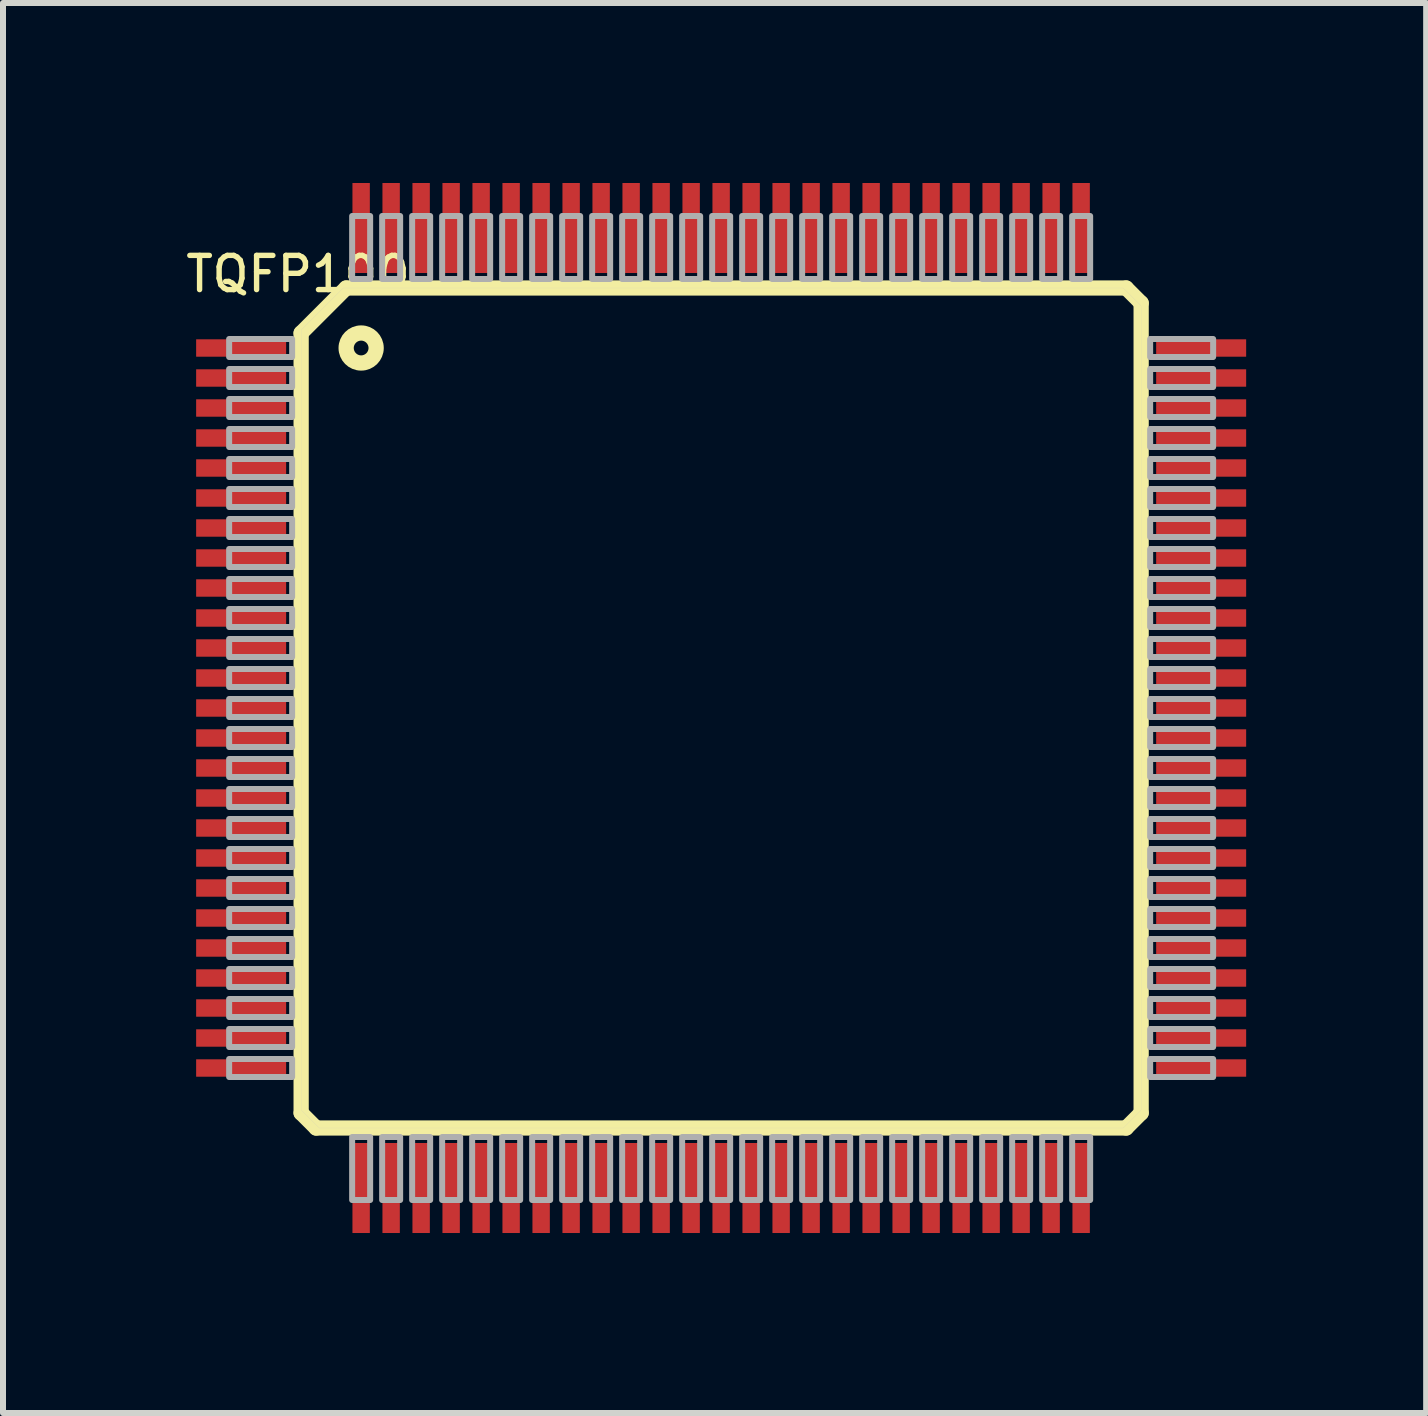
<source format=kicad_pcb>
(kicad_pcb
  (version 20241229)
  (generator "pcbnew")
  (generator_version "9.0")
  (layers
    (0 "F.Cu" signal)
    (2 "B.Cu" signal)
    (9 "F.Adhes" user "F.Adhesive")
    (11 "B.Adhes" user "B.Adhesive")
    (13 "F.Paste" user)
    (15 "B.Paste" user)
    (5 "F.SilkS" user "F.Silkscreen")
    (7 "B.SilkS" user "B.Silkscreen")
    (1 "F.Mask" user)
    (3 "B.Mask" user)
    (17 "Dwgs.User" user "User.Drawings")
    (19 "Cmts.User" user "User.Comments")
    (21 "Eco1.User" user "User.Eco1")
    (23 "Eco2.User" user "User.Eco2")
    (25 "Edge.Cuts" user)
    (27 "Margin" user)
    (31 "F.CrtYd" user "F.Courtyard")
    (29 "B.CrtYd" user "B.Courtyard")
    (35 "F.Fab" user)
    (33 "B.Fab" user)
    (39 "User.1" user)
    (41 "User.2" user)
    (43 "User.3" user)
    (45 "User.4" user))
  (footprint "TQFP100"
    (layer "F.Cu")
    (at 8.969 8.75)
    (property "Reference" "TQFP100" (at -8.969 -6.899 0) (layer "F.SilkS") (effects (font (size 0.57 0.57) (thickness 0.09)) (justify left bottom)))
    (attr through_hole)
    (fp_line (start -7 -6.25) (end -6.25 -7) (stroke (width 0.254) (type solid)) (layer "F.SilkS"))
    (fp_line (start -7 6.75) (end -7 -6.25) (stroke (width 0.254) (type solid)) (layer "F.SilkS"))
    (fp_line (start -6.75 7) (end -7 6.75) (stroke (width 0.254) (type solid)) (layer "F.SilkS"))
    (fp_line (start -6.25 -7) (end 6.75 -7) (stroke (width 0.254) (type solid)) (layer "F.SilkS"))
    (fp_line (start 6.75 -7) (end 7 -6.75) (stroke (width 0.254) (type solid)) (layer "F.SilkS"))
    (fp_line (start 6.75 7) (end -6.75 7) (stroke (width 0.254) (type solid)) (layer "F.SilkS"))
    (fp_line (start 7 -6.75) (end 7 6.75) (stroke (width 0.254) (type solid)) (layer "F.SilkS"))
    (fp_line (start 7 6.75) (end 6.75 7) (stroke (width 0.254) (type solid)) (layer "F.SilkS"))
    (fp_circle (center -6 -6) (end -5.75 -6) (stroke (width 0.254) (type solid)) (fill no) (layer "F.SilkS"))
    (fp_line (start -7 -6.3) (end -6.3 -7) (stroke (width 0.002) (type solid)) (layer "Dwgs.User"))
    (fp_line (start -7 6.7) (end -7 -6.3) (stroke (width 0.002) (type solid)) (layer "Dwgs.User"))
    (fp_line (start -6.7 7) (end -7 6.7) (stroke (width 0.002) (type solid)) (layer "Dwgs.User"))
    (fp_line (start -6.3 -7) (end 6.7 -7) (stroke (width 0.002) (type solid)) (layer "Dwgs.User"))
    (fp_line (start 6.7 -7) (end 7 -6.7) (stroke (width 0.002) (type solid)) (layer "Dwgs.User"))
    (fp_line (start 6.7 7) (end -6.7 7) (stroke (width 0.002) (type solid)) (layer "Dwgs.User"))
    (fp_line (start 7 -6.7) (end 7 6.7) (stroke (width 0.002) (type solid)) (layer "Dwgs.User"))
    (fp_line (start 7 6.7) (end 6.7 7) (stroke (width 0.002) (type solid)) (layer "Dwgs.User"))
    (fp_poly (pts (xy -8.2 -5.85) (xy -7.15 -5.85) (xy -7.15 -6.15) (xy -8.2 -6.15)) (stroke (width 0.1) (type solid)) (fill no) (layer "F.Fab"))
    (fp_poly (pts (xy -8.2 -5.35) (xy -7.15 -5.35) (xy -7.15 -5.65) (xy -8.2 -5.65)) (stroke (width 0.1) (type solid)) (fill no) (layer "F.Fab"))
    (fp_poly (pts (xy -8.2 -4.85) (xy -7.15 -4.85) (xy -7.15 -5.15) (xy -8.2 -5.15)) (stroke (width 0.1) (type solid)) (fill no) (layer "F.Fab"))
    (fp_poly (pts (xy -8.2 -4.35) (xy -7.15 -4.35) (xy -7.15 -4.65) (xy -8.2 -4.65)) (stroke (width 0.1) (type solid)) (fill no) (layer "F.Fab"))
    (fp_poly (pts (xy -8.2 -3.85) (xy -7.15 -3.85) (xy -7.15 -4.15) (xy -8.2 -4.15)) (stroke (width 0.1) (type solid)) (fill no) (layer "F.Fab"))
    (fp_poly (pts (xy -8.2 -3.35) (xy -7.15 -3.35) (xy -7.15 -3.65) (xy -8.2 -3.65)) (stroke (width 0.1) (type solid)) (fill no) (layer "F.Fab"))
    (fp_poly (pts (xy -8.2 -2.85) (xy -7.15 -2.85) (xy -7.15 -3.15) (xy -8.2 -3.15)) (stroke (width 0.1) (type solid)) (fill no) (layer "F.Fab"))
    (fp_poly (pts (xy -8.2 -2.35) (xy -7.15 -2.35) (xy -7.15 -2.65) (xy -8.2 -2.65)) (stroke (width 0.1) (type solid)) (fill no) (layer "F.Fab"))
    (fp_poly (pts (xy -8.2 -1.85) (xy -7.15 -1.85) (xy -7.15 -2.15) (xy -8.2 -2.15)) (stroke (width 0.1) (type solid)) (fill no) (layer "F.Fab"))
    (fp_poly (pts (xy -8.2 -1.35) (xy -7.15 -1.35) (xy -7.15 -1.65) (xy -8.2 -1.65)) (stroke (width 0.1) (type solid)) (fill no) (layer "F.Fab"))
    (fp_poly (pts (xy -8.2 -0.85) (xy -7.15 -0.85) (xy -7.15 -1.15) (xy -8.2 -1.15)) (stroke (width 0.1) (type solid)) (fill no) (layer "F.Fab"))
    (fp_poly (pts (xy -8.2 -0.35) (xy -7.15 -0.35) (xy -7.15 -0.65) (xy -8.2 -0.65)) (stroke (width 0.1) (type solid)) (fill no) (layer "F.Fab"))
    (fp_poly (pts (xy -8.2 0.15) (xy -7.15 0.15) (xy -7.15 -0.15) (xy -8.2 -0.15)) (stroke (width 0.1) (type solid)) (fill no) (layer "F.Fab"))
    (fp_poly (pts (xy -8.2 0.65) (xy -7.15 0.65) (xy -7.15 0.35) (xy -8.2 0.35)) (stroke (width 0.1) (type solid)) (fill no) (layer "F.Fab"))
    (fp_poly (pts (xy -8.2 1.15) (xy -7.15 1.15) (xy -7.15 0.85) (xy -8.2 0.85)) (stroke (width 0.1) (type solid)) (fill no) (layer "F.Fab"))
    (fp_poly (pts (xy -8.2 1.65) (xy -7.15 1.65) (xy -7.15 1.35) (xy -8.2 1.35)) (stroke (width 0.1) (type solid)) (fill no) (layer "F.Fab"))
    (fp_poly (pts (xy -8.2 2.15) (xy -7.15 2.15) (xy -7.15 1.85) (xy -8.2 1.85)) (stroke (width 0.1) (type solid)) (fill no) (layer "F.Fab"))
    (fp_poly (pts (xy -8.2 2.65) (xy -7.15 2.65) (xy -7.15 2.35) (xy -8.2 2.35)) (stroke (width 0.1) (type solid)) (fill no) (layer "F.Fab"))
    (fp_poly (pts (xy -8.2 3.15) (xy -7.15 3.15) (xy -7.15 2.85) (xy -8.2 2.85)) (stroke (width 0.1) (type solid)) (fill no) (layer "F.Fab"))
    (fp_poly (pts (xy -8.2 3.65) (xy -7.15 3.65) (xy -7.15 3.35) (xy -8.2 3.35)) (stroke (width 0.1) (type solid)) (fill no) (layer "F.Fab"))
    (fp_poly (pts (xy -8.2 4.15) (xy -7.15 4.15) (xy -7.15 3.85) (xy -8.2 3.85)) (stroke (width 0.1) (type solid)) (fill no) (layer "F.Fab"))
    (fp_poly (pts (xy -8.2 4.65) (xy -7.15 4.65) (xy -7.15 4.35) (xy -8.2 4.35)) (stroke (width 0.1) (type solid)) (fill no) (layer "F.Fab"))
    (fp_poly (pts (xy -8.2 5.15) (xy -7.15 5.15) (xy -7.15 4.85) (xy -8.2 4.85)) (stroke (width 0.1) (type solid)) (fill no) (layer "F.Fab"))
    (fp_poly (pts (xy -8.2 5.65) (xy -7.15 5.65) (xy -7.15 5.35) (xy -8.2 5.35)) (stroke (width 0.1) (type solid)) (fill no) (layer "F.Fab"))
    (fp_poly (pts (xy -8.2 6.15) (xy -7.15 6.15) (xy -7.15 5.85) (xy -8.2 5.85)) (stroke (width 0.1) (type solid)) (fill no) (layer "F.Fab"))
    (fp_poly (pts (xy -6.15 -7.15) (xy -5.85 -7.15) (xy -5.85 -8.2) (xy -6.15 -8.2)) (stroke (width 0.1) (type solid)) (fill no) (layer "F.Fab"))
    (fp_poly (pts (xy -6.15 8.2) (xy -5.85 8.2) (xy -5.85 7.15) (xy -6.15 7.15)) (stroke (width 0.1) (type solid)) (fill no) (layer "F.Fab"))
    (fp_poly (pts (xy -5.65 -7.15) (xy -5.35 -7.15) (xy -5.35 -8.2) (xy -5.65 -8.2)) (stroke (width 0.1) (type solid)) (fill no) (layer "F.Fab"))
    (fp_poly (pts (xy -5.65 8.2) (xy -5.35 8.2) (xy -5.35 7.15) (xy -5.65 7.15)) (stroke (width 0.1) (type solid)) (fill no) (layer "F.Fab"))
    (fp_poly (pts (xy -5.15 -7.15) (xy -4.85 -7.15) (xy -4.85 -8.2) (xy -5.15 -8.2)) (stroke (width 0.1) (type solid)) (fill no) (layer "F.Fab"))
    (fp_poly (pts (xy -5.15 8.2) (xy -4.85 8.2) (xy -4.85 7.15) (xy -5.15 7.15)) (stroke (width 0.1) (type solid)) (fill no) (layer "F.Fab"))
    (fp_poly (pts (xy -4.65 -7.15) (xy -4.35 -7.15) (xy -4.35 -8.2) (xy -4.65 -8.2)) (stroke (width 0.1) (type solid)) (fill no) (layer "F.Fab"))
    (fp_poly (pts (xy -4.65 8.2) (xy -4.35 8.2) (xy -4.35 7.15) (xy -4.65 7.15)) (stroke (width 0.1) (type solid)) (fill no) (layer "F.Fab"))
    (fp_poly (pts (xy -4.15 -7.15) (xy -3.85 -7.15) (xy -3.85 -8.2) (xy -4.15 -8.2)) (stroke (width 0.1) (type solid)) (fill no) (layer "F.Fab"))
    (fp_poly (pts (xy -4.15 8.2) (xy -3.85 8.2) (xy -3.85 7.15) (xy -4.15 7.15)) (stroke (width 0.1) (type solid)) (fill no) (layer "F.Fab"))
    (fp_poly (pts (xy -3.65 -7.15) (xy -3.35 -7.15) (xy -3.35 -8.2) (xy -3.65 -8.2)) (stroke (width 0.1) (type solid)) (fill no) (layer "F.Fab"))
    (fp_poly (pts (xy -3.65 8.2) (xy -3.35 8.2) (xy -3.35 7.15) (xy -3.65 7.15)) (stroke (width 0.1) (type solid)) (fill no) (layer "F.Fab"))
    (fp_poly (pts (xy -3.15 -7.15) (xy -2.85 -7.15) (xy -2.85 -8.2) (xy -3.15 -8.2)) (stroke (width 0.1) (type solid)) (fill no) (layer "F.Fab"))
    (fp_poly (pts (xy -3.15 8.2) (xy -2.85 8.2) (xy -2.85 7.15) (xy -3.15 7.15)) (stroke (width 0.1) (type solid)) (fill no) (layer "F.Fab"))
    (fp_poly (pts (xy -2.65 -7.15) (xy -2.35 -7.15) (xy -2.35 -8.2) (xy -2.65 -8.2)) (stroke (width 0.1) (type solid)) (fill no) (layer "F.Fab"))
    (fp_poly (pts (xy -2.65 8.2) (xy -2.35 8.2) (xy -2.35 7.15) (xy -2.65 7.15)) (stroke (width 0.1) (type solid)) (fill no) (layer "F.Fab"))
    (fp_poly (pts (xy -2.15 -7.15) (xy -1.85 -7.15) (xy -1.85 -8.2) (xy -2.15 -8.2)) (stroke (width 0.1) (type solid)) (fill no) (layer "F.Fab"))
    (fp_poly (pts (xy -2.15 8.2) (xy -1.85 8.2) (xy -1.85 7.15) (xy -2.15 7.15)) (stroke (width 0.1) (type solid)) (fill no) (layer "F.Fab"))
    (fp_poly (pts (xy -1.65 -7.15) (xy -1.35 -7.15) (xy -1.35 -8.2) (xy -1.65 -8.2)) (stroke (width 0.1) (type solid)) (fill no) (layer "F.Fab"))
    (fp_poly (pts (xy -1.65 8.2) (xy -1.35 8.2) (xy -1.35 7.15) (xy -1.65 7.15)) (stroke (width 0.1) (type solid)) (fill no) (layer "F.Fab"))
    (fp_poly (pts (xy -1.15 -7.15) (xy -0.85 -7.15) (xy -0.85 -8.2) (xy -1.15 -8.2)) (stroke (width 0.1) (type solid)) (fill no) (layer "F.Fab"))
    (fp_poly (pts (xy -1.15 8.2) (xy -0.85 8.2) (xy -0.85 7.15) (xy -1.15 7.15)) (stroke (width 0.1) (type solid)) (fill no) (layer "F.Fab"))
    (fp_poly (pts (xy -0.65 -7.15) (xy -0.35 -7.15) (xy -0.35 -8.2) (xy -0.65 -8.2)) (stroke (width 0.1) (type solid)) (fill no) (layer "F.Fab"))
    (fp_poly (pts (xy -0.65 8.2) (xy -0.35 8.2) (xy -0.35 7.15) (xy -0.65 7.15)) (stroke (width 0.1) (type solid)) (fill no) (layer "F.Fab"))
    (fp_poly (pts (xy -0.15 -7.15) (xy 0.15 -7.15) (xy 0.15 -8.2) (xy -0.15 -8.2)) (stroke (width 0.1) (type solid)) (fill no) (layer "F.Fab"))
    (fp_poly (pts (xy -0.15 8.2) (xy 0.15 8.2) (xy 0.15 7.15) (xy -0.15 7.15)) (stroke (width 0.1) (type solid)) (fill no) (layer "F.Fab"))
    (fp_poly (pts (xy 0.35 -7.15) (xy 0.65 -7.15) (xy 0.65 -8.2) (xy 0.35 -8.2)) (stroke (width 0.1) (type solid)) (fill no) (layer "F.Fab"))
    (fp_poly (pts (xy 0.35 8.2) (xy 0.65 8.2) (xy 0.65 7.15) (xy 0.35 7.15)) (stroke (width 0.1) (type solid)) (fill no) (layer "F.Fab"))
    (fp_poly (pts (xy 0.85 -7.15) (xy 1.15 -7.15) (xy 1.15 -8.2) (xy 0.85 -8.2)) (stroke (width 0.1) (type solid)) (fill no) (layer "F.Fab"))
    (fp_poly (pts (xy 0.85 8.2) (xy 1.15 8.2) (xy 1.15 7.15) (xy 0.85 7.15)) (stroke (width 0.1) (type solid)) (fill no) (layer "F.Fab"))
    (fp_poly (pts (xy 1.35 -7.15) (xy 1.65 -7.15) (xy 1.65 -8.2) (xy 1.35 -8.2)) (stroke (width 0.1) (type solid)) (fill no) (layer "F.Fab"))
    (fp_poly (pts (xy 1.35 8.2) (xy 1.65 8.2) (xy 1.65 7.15) (xy 1.35 7.15)) (stroke (width 0.1) (type solid)) (fill no) (layer "F.Fab"))
    (fp_poly (pts (xy 1.85 -7.15) (xy 2.15 -7.15) (xy 2.15 -8.2) (xy 1.85 -8.2)) (stroke (width 0.1) (type solid)) (fill no) (layer "F.Fab"))
    (fp_poly (pts (xy 1.85 8.2) (xy 2.15 8.2) (xy 2.15 7.15) (xy 1.85 7.15)) (stroke (width 0.1) (type solid)) (fill no) (layer "F.Fab"))
    (fp_poly (pts (xy 2.35 -7.15) (xy 2.65 -7.15) (xy 2.65 -8.2) (xy 2.35 -8.2)) (stroke (width 0.1) (type solid)) (fill no) (layer "F.Fab"))
    (fp_poly (pts (xy 2.35 8.2) (xy 2.65 8.2) (xy 2.65 7.15) (xy 2.35 7.15)) (stroke (width 0.1) (type solid)) (fill no) (layer "F.Fab"))
    (fp_poly (pts (xy 2.85 -7.15) (xy 3.15 -7.15) (xy 3.15 -8.2) (xy 2.85 -8.2)) (stroke (width 0.1) (type solid)) (fill no) (layer "F.Fab"))
    (fp_poly (pts (xy 2.85 8.2) (xy 3.15 8.2) (xy 3.15 7.15) (xy 2.85 7.15)) (stroke (width 0.1) (type solid)) (fill no) (layer "F.Fab"))
    (fp_poly (pts (xy 3.35 -7.15) (xy 3.65 -7.15) (xy 3.65 -8.2) (xy 3.35 -8.2)) (stroke (width 0.1) (type solid)) (fill no) (layer "F.Fab"))
    (fp_poly (pts (xy 3.35 8.2) (xy 3.65 8.2) (xy 3.65 7.15) (xy 3.35 7.15)) (stroke (width 0.1) (type solid)) (fill no) (layer "F.Fab"))
    (fp_poly (pts (xy 3.85 -7.15) (xy 4.15 -7.15) (xy 4.15 -8.2) (xy 3.85 -8.2)) (stroke (width 0.1) (type solid)) (fill no) (layer "F.Fab"))
    (fp_poly (pts (xy 3.85 8.2) (xy 4.15 8.2) (xy 4.15 7.15) (xy 3.85 7.15)) (stroke (width 0.1) (type solid)) (fill no) (layer "F.Fab"))
    (fp_poly (pts (xy 4.35 -7.15) (xy 4.65 -7.15) (xy 4.65 -8.2) (xy 4.35 -8.2)) (stroke (width 0.1) (type solid)) (fill no) (layer "F.Fab"))
    (fp_poly (pts (xy 4.35 8.2) (xy 4.65 8.2) (xy 4.65 7.15) (xy 4.35 7.15)) (stroke (width 0.1) (type solid)) (fill no) (layer "F.Fab"))
    (fp_poly (pts (xy 4.85 -7.15) (xy 5.15 -7.15) (xy 5.15 -8.2) (xy 4.85 -8.2)) (stroke (width 0.1) (type solid)) (fill no) (layer "F.Fab"))
    (fp_poly (pts (xy 4.85 8.2) (xy 5.15 8.2) (xy 5.15 7.15) (xy 4.85 7.15)) (stroke (width 0.1) (type solid)) (fill no) (layer "F.Fab"))
    (fp_poly (pts (xy 5.35 -7.15) (xy 5.65 -7.15) (xy 5.65 -8.2) (xy 5.35 -8.2)) (stroke (width 0.1) (type solid)) (fill no) (layer "F.Fab"))
    (fp_poly (pts (xy 5.35 8.2) (xy 5.65 8.2) (xy 5.65 7.15) (xy 5.35 7.15)) (stroke (width 0.1) (type solid)) (fill no) (layer "F.Fab"))
    (fp_poly (pts (xy 5.85 -7.15) (xy 6.15 -7.15) (xy 6.15 -8.2) (xy 5.85 -8.2)) (stroke (width 0.1) (type solid)) (fill no) (layer "F.Fab"))
    (fp_poly (pts (xy 5.85 8.2) (xy 6.15 8.2) (xy 6.15 7.15) (xy 5.85 7.15)) (stroke (width 0.1) (type solid)) (fill no) (layer "F.Fab"))
    (fp_poly (pts (xy 7.15 -5.85) (xy 8.2 -5.85) (xy 8.2 -6.15) (xy 7.15 -6.15)) (stroke (width 0.1) (type solid)) (fill no) (layer "F.Fab"))
    (fp_poly (pts (xy 7.15 -5.35) (xy 8.2 -5.35) (xy 8.2 -5.65) (xy 7.15 -5.65)) (stroke (width 0.1) (type solid)) (fill no) (layer "F.Fab"))
    (fp_poly (pts (xy 7.15 -4.85) (xy 8.2 -4.85) (xy 8.2 -5.15) (xy 7.15 -5.15)) (stroke (width 0.1) (type solid)) (fill no) (layer "F.Fab"))
    (fp_poly (pts (xy 7.15 -4.35) (xy 8.2 -4.35) (xy 8.2 -4.65) (xy 7.15 -4.65)) (stroke (width 0.1) (type solid)) (fill no) (layer "F.Fab"))
    (fp_poly (pts (xy 7.15 -3.85) (xy 8.2 -3.85) (xy 8.2 -4.15) (xy 7.15 -4.15)) (stroke (width 0.1) (type solid)) (fill no) (layer "F.Fab"))
    (fp_poly (pts (xy 7.15 -3.35) (xy 8.2 -3.35) (xy 8.2 -3.65) (xy 7.15 -3.65)) (stroke (width 0.1) (type solid)) (fill no) (layer "F.Fab"))
    (fp_poly (pts (xy 7.15 -2.85) (xy 8.2 -2.85) (xy 8.2 -3.15) (xy 7.15 -3.15)) (stroke (width 0.1) (type solid)) (fill no) (layer "F.Fab"))
    (fp_poly (pts (xy 7.15 -2.35) (xy 8.2 -2.35) (xy 8.2 -2.65) (xy 7.15 -2.65)) (stroke (width 0.1) (type solid)) (fill no) (layer "F.Fab"))
    (fp_poly (pts (xy 7.15 -1.85) (xy 8.2 -1.85) (xy 8.2 -2.15) (xy 7.15 -2.15)) (stroke (width 0.1) (type solid)) (fill no) (layer "F.Fab"))
    (fp_poly (pts (xy 7.15 -1.35) (xy 8.2 -1.35) (xy 8.2 -1.65) (xy 7.15 -1.65)) (stroke (width 0.1) (type solid)) (fill no) (layer "F.Fab"))
    (fp_poly (pts (xy 7.15 -0.85) (xy 8.2 -0.85) (xy 8.2 -1.15) (xy 7.15 -1.15)) (stroke (width 0.1) (type solid)) (fill no) (layer "F.Fab"))
    (fp_poly (pts (xy 7.15 -0.35) (xy 8.2 -0.35) (xy 8.2 -0.65) (xy 7.15 -0.65)) (stroke (width 0.1) (type solid)) (fill no) (layer "F.Fab"))
    (fp_poly (pts (xy 7.15 0.15) (xy 8.2 0.15) (xy 8.2 -0.15) (xy 7.15 -0.15)) (stroke (width 0.1) (type solid)) (fill no) (layer "F.Fab"))
    (fp_poly (pts (xy 7.15 0.65) (xy 8.2 0.65) (xy 8.2 0.35) (xy 7.15 0.35)) (stroke (width 0.1) (type solid)) (fill no) (layer "F.Fab"))
    (fp_poly (pts (xy 7.15 1.15) (xy 8.2 1.15) (xy 8.2 0.85) (xy 7.15 0.85)) (stroke (width 0.1) (type solid)) (fill no) (layer "F.Fab"))
    (fp_poly (pts (xy 7.15 1.65) (xy 8.2 1.65) (xy 8.2 1.35) (xy 7.15 1.35)) (stroke (width 0.1) (type solid)) (fill no) (layer "F.Fab"))
    (fp_poly (pts (xy 7.15 2.15) (xy 8.2 2.15) (xy 8.2 1.85) (xy 7.15 1.85)) (stroke (width 0.1) (type solid)) (fill no) (layer "F.Fab"))
    (fp_poly (pts (xy 7.15 2.65) (xy 8.2 2.65) (xy 8.2 2.35) (xy 7.15 2.35)) (stroke (width 0.1) (type solid)) (fill no) (layer "F.Fab"))
    (fp_poly (pts (xy 7.15 3.15) (xy 8.2 3.15) (xy 8.2 2.85) (xy 7.15 2.85)) (stroke (width 0.1) (type solid)) (fill no) (layer "F.Fab"))
    (fp_poly (pts (xy 7.15 3.65) (xy 8.2 3.65) (xy 8.2 3.35) (xy 7.15 3.35)) (stroke (width 0.1) (type solid)) (fill no) (layer "F.Fab"))
    (fp_poly (pts (xy 7.15 4.15) (xy 8.2 4.15) (xy 8.2 3.85) (xy 7.15 3.85)) (stroke (width 0.1) (type solid)) (fill no) (layer "F.Fab"))
    (fp_poly (pts (xy 7.15 4.65) (xy 8.2 4.65) (xy 8.2 4.35) (xy 7.15 4.35)) (stroke (width 0.1) (type solid)) (fill no) (layer "F.Fab"))
    (fp_poly (pts (xy 7.15 5.15) (xy 8.2 5.15) (xy 8.2 4.85) (xy 7.15 4.85)) (stroke (width 0.1) (type solid)) (fill no) (layer "F.Fab"))
    (fp_poly (pts (xy 7.15 5.65) (xy 8.2 5.65) (xy 8.2 5.35) (xy 7.15 5.35)) (stroke (width 0.1) (type solid)) (fill no) (layer "F.Fab"))
    (fp_poly (pts (xy 7.15 6.15) (xy 8.2 6.15) (xy 8.2 5.85) (xy 7.15 5.85)) (stroke (width 0.1) (type solid)) (fill no) (layer "F.Fab"))
    (pad "1" smd rect (at -8 -6) (size 1.5 0.29) (layers "F.Cu" "F.Mask" "F.Paste"))
    (pad "2" smd rect (at -8 -5.5) (size 1.5 0.29) (layers "F.Cu" "F.Mask" "F.Paste"))
    (pad "3" smd rect (at -8 -5) (size 1.5 0.29) (layers "F.Cu" "F.Mask" "F.Paste"))
    (pad "4" smd rect (at -8 -4.5) (size 1.5 0.29) (layers "F.Cu" "F.Mask" "F.Paste"))
    (pad "5" smd rect (at -8 -4) (size 1.5 0.29) (layers "F.Cu" "F.Mask" "F.Paste"))
    (pad "6" smd rect (at -8 -3.5) (size 1.5 0.29) (layers "F.Cu" "F.Mask" "F.Paste"))
    (pad "7" smd rect (at -8 -3) (size 1.5 0.29) (layers "F.Cu" "F.Mask" "F.Paste"))
    (pad "8" smd rect (at -8 -2.5) (size 1.5 0.29) (layers "F.Cu" "F.Mask" "F.Paste"))
    (pad "9" smd rect (at -8 -2) (size 1.5 0.29) (layers "F.Cu" "F.Mask" "F.Paste"))
    (pad "10" smd rect (at -8 -1.5) (size 1.5 0.29) (layers "F.Cu" "F.Mask" "F.Paste"))
    (pad "11" smd rect (at -8 -1) (size 1.5 0.29) (layers "F.Cu" "F.Mask" "F.Paste"))
    (pad "12" smd rect (at -8 -0.5) (size 1.5 0.29) (layers "F.Cu" "F.Mask" "F.Paste"))
    (pad "13" smd rect (at -8 0) (size 1.5 0.29) (layers "F.Cu" "F.Mask" "F.Paste"))
    (pad "14" smd rect (at -8 0.5) (size 1.5 0.29) (layers "F.Cu" "F.Mask" "F.Paste"))
    (pad "15" smd rect (at -8 1) (size 1.5 0.29) (layers "F.Cu" "F.Mask" "F.Paste"))
    (pad "16" smd rect (at -8 1.5) (size 1.5 0.29) (layers "F.Cu" "F.Mask" "F.Paste"))
    (pad "17" smd rect (at -8 2) (size 1.5 0.29) (layers "F.Cu" "F.Mask" "F.Paste"))
    (pad "18" smd rect (at -8 2.5) (size 1.5 0.29) (layers "F.Cu" "F.Mask" "F.Paste"))
    (pad "19" smd rect (at -8 3) (size 1.5 0.29) (layers "F.Cu" "F.Mask" "F.Paste"))
    (pad "20" smd rect (at -8 3.5) (size 1.5 0.29) (layers "F.Cu" "F.Mask" "F.Paste"))
    (pad "21" smd rect (at -8 4) (size 1.5 0.29) (layers "F.Cu" "F.Mask" "F.Paste"))
    (pad "22" smd rect (at -8 4.5) (size 1.5 0.29) (layers "F.Cu" "F.Mask" "F.Paste"))
    (pad "23" smd rect (at -8 5) (size 1.5 0.29) (layers "F.Cu" "F.Mask" "F.Paste"))
    (pad "24" smd rect (at -8 5.5) (size 1.5 0.29) (layers "F.Cu" "F.Mask" "F.Paste"))
    (pad "25" smd rect (at -8 6) (size 1.5 0.29) (layers "F.Cu" "F.Mask" "F.Paste"))
    (pad "26" smd rect (at -6 8) (size 0.29 1.5) (layers "F.Cu" "F.Mask" "F.Paste"))
    (pad "27" smd rect (at -5.5 8) (size 0.29 1.5) (layers "F.Cu" "F.Mask" "F.Paste"))
    (pad "28" smd rect (at -5 8) (size 0.29 1.5) (layers "F.Cu" "F.Mask" "F.Paste"))
    (pad "29" smd rect (at -4.5 8) (size 0.29 1.5) (layers "F.Cu" "F.Mask" "F.Paste"))
    (pad "30" smd rect (at -4 8) (size 0.29 1.5) (layers "F.Cu" "F.Mask" "F.Paste"))
    (pad "31" smd rect (at -3.5 8) (size 0.29 1.5) (layers "F.Cu" "F.Mask" "F.Paste"))
    (pad "32" smd rect (at -3 8) (size 0.29 1.5) (layers "F.Cu" "F.Mask" "F.Paste"))
    (pad "33" smd rect (at -2.5 8) (size 0.29 1.5) (layers "F.Cu" "F.Mask" "F.Paste"))
    (pad "34" smd rect (at -2 8) (size 0.29 1.5) (layers "F.Cu" "F.Mask" "F.Paste"))
    (pad "35" smd rect (at -1.5 8) (size 0.29 1.5) (layers "F.Cu" "F.Mask" "F.Paste"))
    (pad "36" smd rect (at -1 8) (size 0.29 1.5) (layers "F.Cu" "F.Mask" "F.Paste"))
    (pad "37" smd rect (at -0.5 8) (size 0.29 1.5) (layers "F.Cu" "F.Mask" "F.Paste"))
    (pad "38" smd rect (at 0 8) (size 0.29 1.5) (layers "F.Cu" "F.Mask" "F.Paste"))
    (pad "39" smd rect (at 0.5 8) (size 0.29 1.5) (layers "F.Cu" "F.Mask" "F.Paste"))
    (pad "40" smd rect (at 1 8) (size 0.29 1.5) (layers "F.Cu" "F.Mask" "F.Paste"))
    (pad "41" smd rect (at 1.5 8) (size 0.29 1.5) (layers "F.Cu" "F.Mask" "F.Paste"))
    (pad "42" smd rect (at 2 8) (size 0.29 1.5) (layers "F.Cu" "F.Mask" "F.Paste"))
    (pad "43" smd rect (at 2.5 8) (size 0.29 1.5) (layers "F.Cu" "F.Mask" "F.Paste"))
    (pad "44" smd rect (at 3 8) (size 0.29 1.5) (layers "F.Cu" "F.Mask" "F.Paste"))
    (pad "45" smd rect (at 3.5 8) (size 0.29 1.5) (layers "F.Cu" "F.Mask" "F.Paste"))
    (pad "46" smd rect (at 4 8) (size 0.29 1.5) (layers "F.Cu" "F.Mask" "F.Paste"))
    (pad "47" smd rect (at 4.5 8) (size 0.29 1.5) (layers "F.Cu" "F.Mask" "F.Paste"))
    (pad "48" smd rect (at 5 8) (size 0.29 1.5) (layers "F.Cu" "F.Mask" "F.Paste"))
    (pad "49" smd rect (at 5.5 8) (size 0.29 1.5) (layers "F.Cu" "F.Mask" "F.Paste"))
    (pad "50" smd rect (at 6 8) (size 0.29 1.5) (layers "F.Cu" "F.Mask" "F.Paste"))
    (pad "51" smd rect (at 8 6) (size 1.5 0.29) (layers "F.Cu" "F.Mask" "F.Paste"))
    (pad "52" smd rect (at 8 5.5) (size 1.5 0.29) (layers "F.Cu" "F.Mask" "F.Paste"))
    (pad "53" smd rect (at 8 5) (size 1.5 0.29) (layers "F.Cu" "F.Mask" "F.Paste"))
    (pad "54" smd rect (at 8 4.5) (size 1.5 0.29) (layers "F.Cu" "F.Mask" "F.Paste"))
    (pad "55" smd rect (at 8 4) (size 1.5 0.29) (layers "F.Cu" "F.Mask" "F.Paste"))
    (pad "56" smd rect (at 8 3.5) (size 1.5 0.29) (layers "F.Cu" "F.Mask" "F.Paste"))
    (pad "57" smd rect (at 8 3) (size 1.5 0.29) (layers "F.Cu" "F.Mask" "F.Paste"))
    (pad "58" smd rect (at 8 2.5) (size 1.5 0.29) (layers "F.Cu" "F.Mask" "F.Paste"))
    (pad "59" smd rect (at 8 2) (size 1.5 0.29) (layers "F.Cu" "F.Mask" "F.Paste"))
    (pad "60" smd rect (at 8 1.5) (size 1.5 0.29) (layers "F.Cu" "F.Mask" "F.Paste"))
    (pad "61" smd rect (at 8 1) (size 1.5 0.29) (layers "F.Cu" "F.Mask" "F.Paste"))
    (pad "62" smd rect (at 8 0.5) (size 1.5 0.29) (layers "F.Cu" "F.Mask" "F.Paste"))
    (pad "63" smd rect (at 8 0) (size 1.5 0.29) (layers "F.Cu" "F.Mask" "F.Paste"))
    (pad "64" smd rect (at 8 -0.5) (size 1.5 0.29) (layers "F.Cu" "F.Mask" "F.Paste"))
    (pad "65" smd rect (at 8 -1) (size 1.5 0.29) (layers "F.Cu" "F.Mask" "F.Paste"))
    (pad "66" smd rect (at 8 -1.5) (size 1.5 0.29) (layers "F.Cu" "F.Mask" "F.Paste"))
    (pad "67" smd rect (at 8 -2) (size 1.5 0.29) (layers "F.Cu" "F.Mask" "F.Paste"))
    (pad "68" smd rect (at 8 -2.5) (size 1.5 0.29) (layers "F.Cu" "F.Mask" "F.Paste"))
    (pad "69" smd rect (at 8 -3) (size 1.5 0.29) (layers "F.Cu" "F.Mask" "F.Paste"))
    (pad "70" smd rect (at 8 -3.5) (size 1.5 0.29) (layers "F.Cu" "F.Mask" "F.Paste"))
    (pad "71" smd rect (at 8 -4) (size 1.5 0.29) (layers "F.Cu" "F.Mask" "F.Paste"))
    (pad "72" smd rect (at 8 -4.5) (size 1.5 0.29) (layers "F.Cu" "F.Mask" "F.Paste"))
    (pad "73" smd rect (at 8 -5) (size 1.5 0.29) (layers "F.Cu" "F.Mask" "F.Paste"))
    (pad "74" smd rect (at 8 -5.5) (size 1.5 0.29) (layers "F.Cu" "F.Mask" "F.Paste"))
    (pad "75" smd rect (at 8 -6) (size 1.5 0.29) (layers "F.Cu" "F.Mask" "F.Paste"))
    (pad "76" smd rect (at 6 -8) (size 0.29 1.5) (layers "F.Cu" "F.Mask" "F.Paste"))
    (pad "77" smd rect (at 5.5 -8) (size 0.29 1.5) (layers "F.Cu" "F.Mask" "F.Paste"))
    (pad "78" smd rect (at 5 -8) (size 0.29 1.5) (layers "F.Cu" "F.Mask" "F.Paste"))
    (pad "79" smd rect (at 4.5 -8) (size 0.29 1.5) (layers "F.Cu" "F.Mask" "F.Paste"))
    (pad "80" smd rect (at 4 -8) (size 0.29 1.5) (layers "F.Cu" "F.Mask" "F.Paste"))
    (pad "81" smd rect (at 3.5 -8) (size 0.29 1.5) (layers "F.Cu" "F.Mask" "F.Paste"))
    (pad "82" smd rect (at 3 -8) (size 0.29 1.5) (layers "F.Cu" "F.Mask" "F.Paste"))
    (pad "83" smd rect (at 2.5 -8) (size 0.29 1.5) (layers "F.Cu" "F.Mask" "F.Paste"))
    (pad "84" smd rect (at 2 -8) (size 0.29 1.5) (layers "F.Cu" "F.Mask" "F.Paste"))
    (pad "85" smd rect (at 1.5 -8) (size 0.29 1.5) (layers "F.Cu" "F.Mask" "F.Paste"))
    (pad "86" smd rect (at 1 -8) (size 0.29 1.5) (layers "F.Cu" "F.Mask" "F.Paste"))
    (pad "87" smd rect (at 0.5 -8) (size 0.29 1.5) (layers "F.Cu" "F.Mask" "F.Paste"))
    (pad "88" smd rect (at 0 -8) (size 0.29 1.5) (layers "F.Cu" "F.Mask" "F.Paste"))
    (pad "89" smd rect (at -0.5 -8) (size 0.29 1.5) (layers "F.Cu" "F.Mask" "F.Paste"))
    (pad "90" smd rect (at -1 -8) (size 0.29 1.5) (layers "F.Cu" "F.Mask" "F.Paste"))
    (pad "91" smd rect (at -1.5 -8) (size 0.29 1.5) (layers "F.Cu" "F.Mask" "F.Paste"))
    (pad "92" smd rect (at -2 -8) (size 0.29 1.5) (layers "F.Cu" "F.Mask" "F.Paste"))
    (pad "93" smd rect (at -2.5 -8) (size 0.29 1.5) (layers "F.Cu" "F.Mask" "F.Paste"))
    (pad "94" smd rect (at -3 -8) (size 0.29 1.5) (layers "F.Cu" "F.Mask" "F.Paste"))
    (pad "95" smd rect (at -3.5 -8) (size 0.29 1.5) (layers "F.Cu" "F.Mask" "F.Paste"))
    (pad "96" smd rect (at -4 -8) (size 0.29 1.5) (layers "F.Cu" "F.Mask" "F.Paste"))
    (pad "97" smd rect (at -4.5 -8) (size 0.29 1.5) (layers "F.Cu" "F.Mask" "F.Paste"))
    (pad "98" smd rect (at -5 -8) (size 0.29 1.5) (layers "F.Cu" "F.Mask" "F.Paste"))
    (pad "99" smd rect (at -5.5 -8) (size 0.29 1.5) (layers "F.Cu" "F.Mask" "F.Paste"))
    (pad "100" smd rect (at -6 -8) (size 0.29 1.5) (layers "F.Cu" "F.Mask" "F.Paste")))
  (gr_rect
    (start -3 -3)
    (end 20.719 20.5)
    (stroke (width 0.1) (type default))
    (fill no)
    (layer "Edge.Cuts")))
</source>
